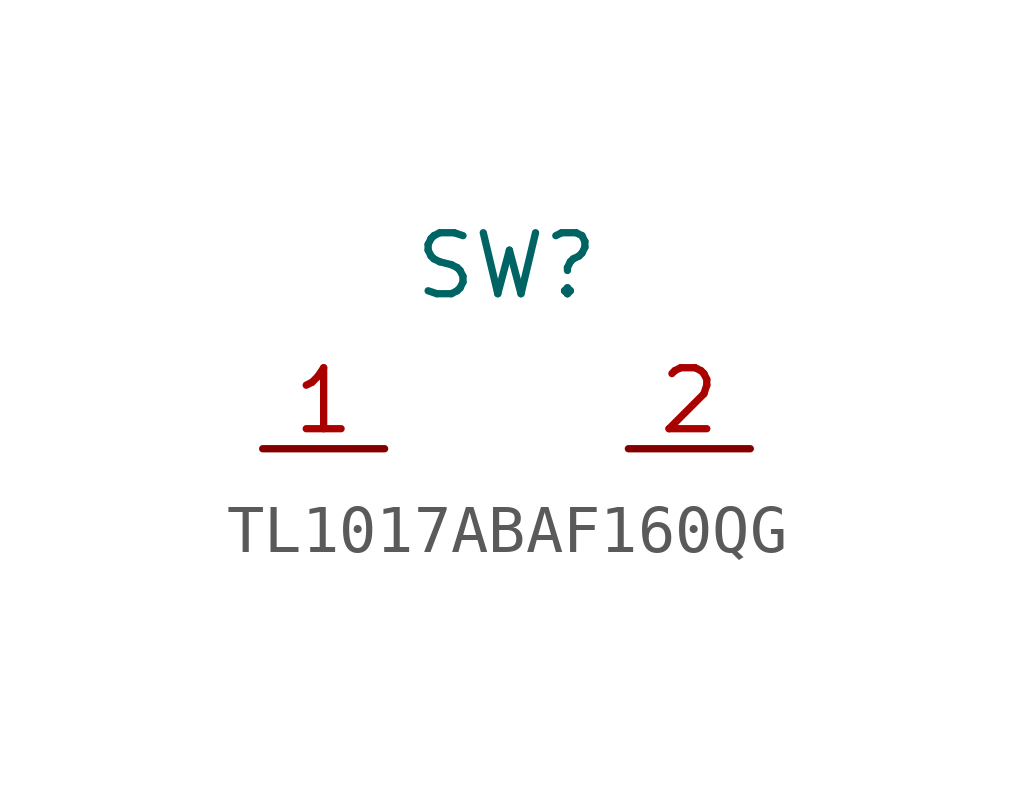
<source format=kicad_sym>
(kicad_symbol_lib
  (version 20231120)
  (generator "kicad_symbol_editor")
  (generator_version "8.0")
  (symbol "TL1017ABAF160QG"
    (property "Reference" "SW"
      (at 0 3.81 0)
      (effects (font (size 1.27 1.27))))
    (property "Value" ""
      (at 0 0 0)
      (effects (font (size 1.27 1.27))))
    (property "ki_locked" ""
      (at 0 0 0)
      (effects (font (size 1.27 1.27))))
    (symbol "TL1017ABAF160QG_1_1"
      (pin input line (at -5.08 0 0) (length 2.54) (name "" (effects (font (size 1.27 1.27)))) (number "1" (effects (font (size 1.27 1.27)))))
      (pin input line (at 5.08 0 180) (length 2.54) (name "" (effects (font (size 1.27 1.27)))) (number "2" (effects (font (size 1.27 1.27))))))))
</source>
